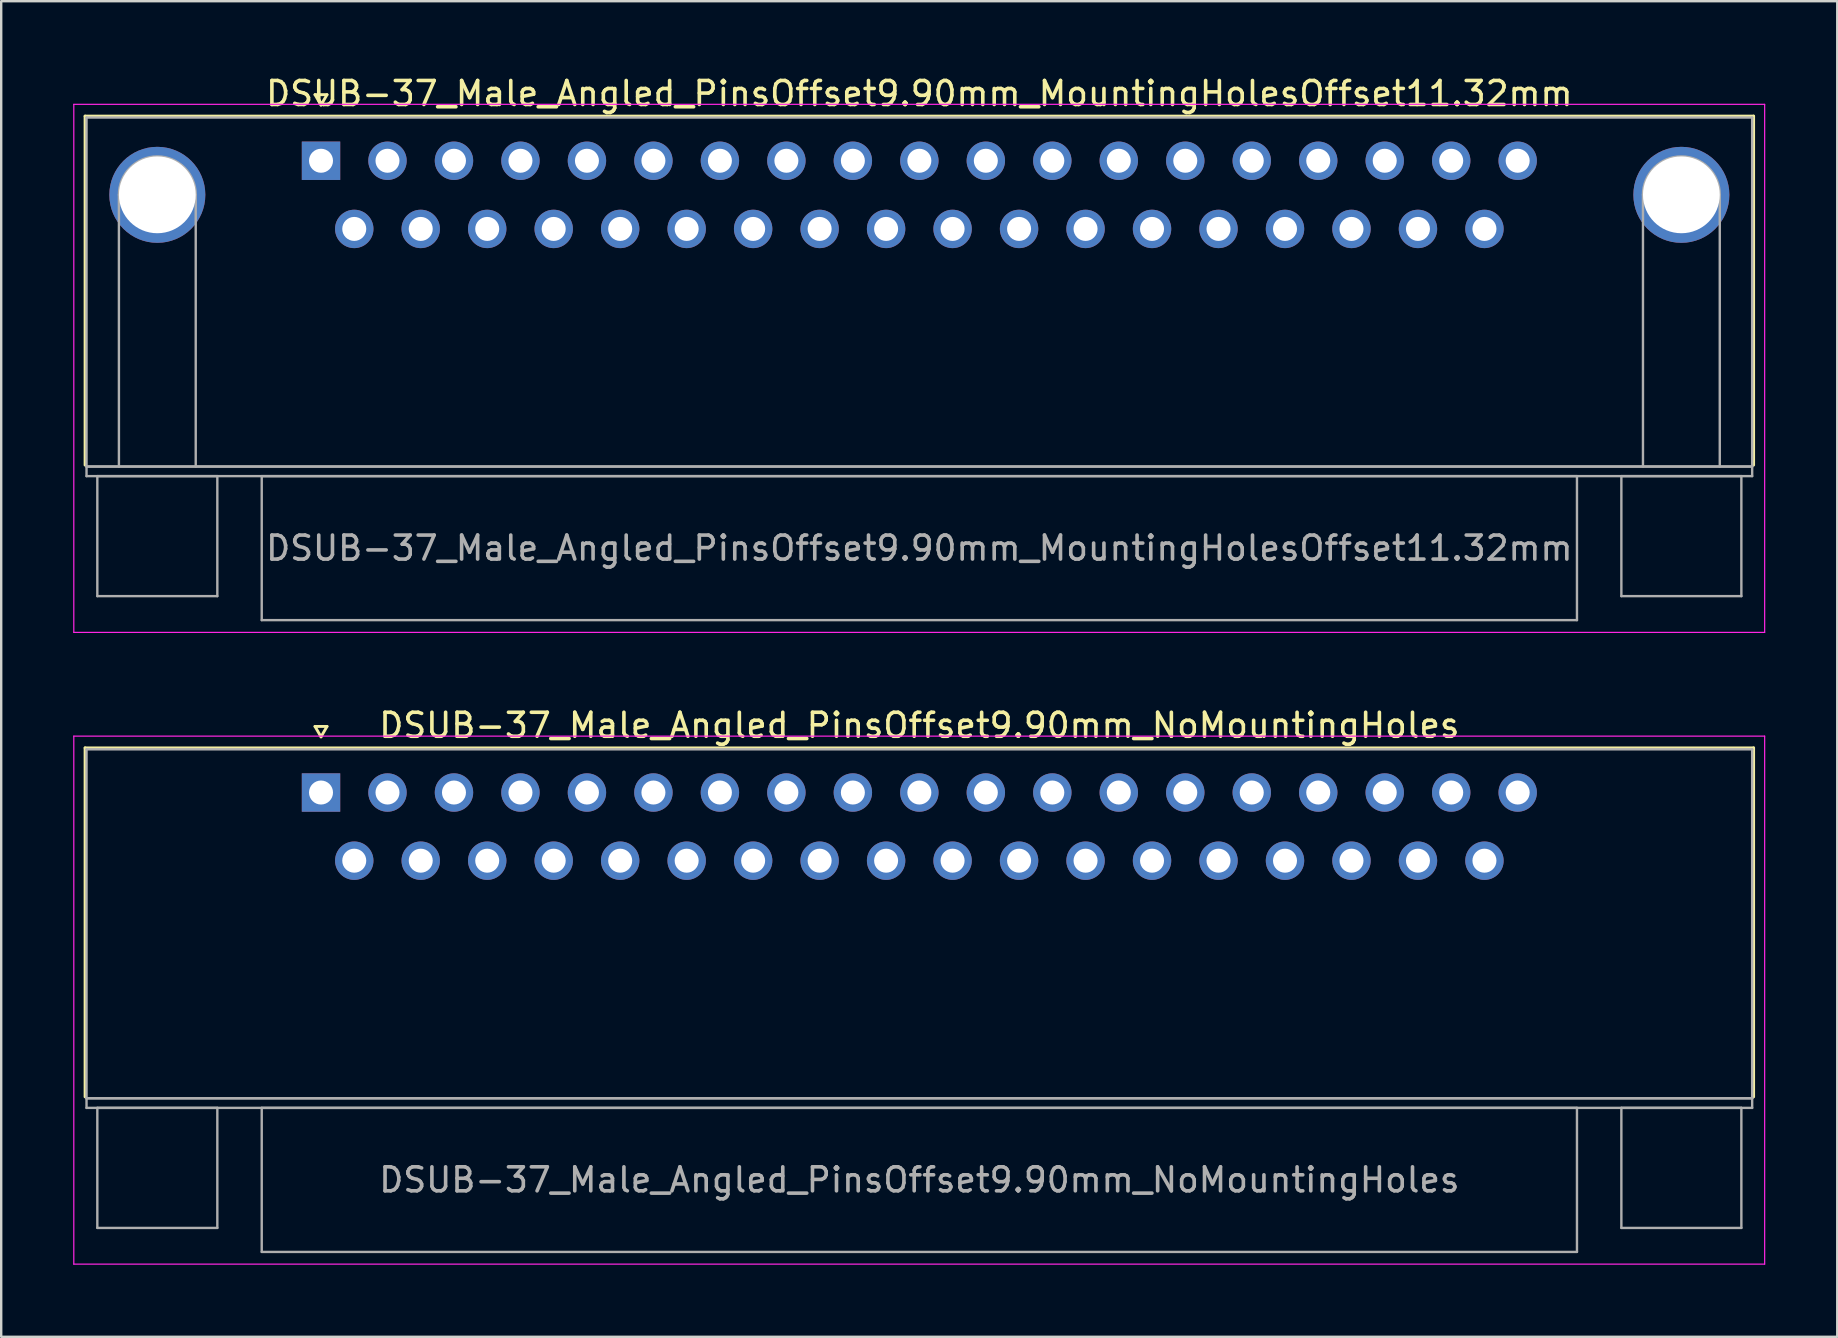
<source format=kicad_pcb>
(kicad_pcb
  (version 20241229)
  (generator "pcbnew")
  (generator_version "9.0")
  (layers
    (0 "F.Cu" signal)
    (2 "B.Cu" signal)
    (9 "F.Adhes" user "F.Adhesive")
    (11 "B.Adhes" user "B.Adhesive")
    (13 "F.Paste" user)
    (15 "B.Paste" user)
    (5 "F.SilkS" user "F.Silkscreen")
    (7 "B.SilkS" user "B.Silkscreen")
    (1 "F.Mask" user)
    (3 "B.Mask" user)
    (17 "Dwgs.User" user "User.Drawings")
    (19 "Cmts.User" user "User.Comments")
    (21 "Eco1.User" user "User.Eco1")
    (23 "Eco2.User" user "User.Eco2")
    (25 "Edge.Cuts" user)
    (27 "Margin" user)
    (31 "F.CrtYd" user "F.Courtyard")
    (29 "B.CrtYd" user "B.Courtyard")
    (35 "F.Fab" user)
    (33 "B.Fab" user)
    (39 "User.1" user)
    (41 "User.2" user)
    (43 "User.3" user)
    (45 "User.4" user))
  (footprint "DSUB-37_Male_Angled_PinsOffset9.90mm_NoMountingHoles"
    (layer "F.Cu")
    (at 10.325 29.971)
    (property "Reference" "DSUB-37_Male_Angled_PinsOffset9.90mm_NoMountingHoles" (at 24.93 -2.8 0) (layer "F.SilkS") (effects (font (size 1 1) (thickness 0.15))))
    (attr through_hole)
    (fp_line (start -9.83 -1.86) (end 59.69 -1.86) (stroke (width 0.12) (type solid)) (layer "F.SilkS"))
    (fp_line (start -9.83 12.68) (end -9.83 -1.86) (stroke (width 0.12) (type solid)) (layer "F.SilkS"))
    (fp_line (start -0.25 -2.754) (end 0.25 -2.754) (stroke (width 0.12) (type solid)) (layer "F.SilkS"))
    (fp_line (start 0 -2.321) (end -0.25 -2.754) (stroke (width 0.12) (type solid)) (layer "F.SilkS"))
    (fp_line (start 0.25 -2.754) (end 0 -2.321) (stroke (width 0.12) (type solid)) (layer "F.SilkS"))
    (fp_line (start 59.69 -1.86) (end 59.69 12.68) (stroke (width 0.12) (type solid)) (layer "F.SilkS"))
    (fp_line (start -10.3 -2.35) (end -10.3 19.65) (stroke (width 0.05) (type solid)) (layer "F.CrtYd"))
    (fp_line (start -10.3 19.65) (end 60.15 19.65) (stroke (width 0.05) (type solid)) (layer "F.CrtYd"))
    (fp_line (start 60.15 -2.35) (end -10.3 -2.35) (stroke (width 0.05) (type solid)) (layer "F.CrtYd"))
    (fp_line (start 60.15 19.65) (end 60.15 -2.35) (stroke (width 0.05) (type solid)) (layer "F.CrtYd"))
    (fp_line (start -9.77 -1.8) (end -9.77 12.74) (stroke (width 0.1) (type solid)) (layer "F.Fab"))
    (fp_line (start -9.77 12.74) (end -9.77 13.14) (stroke (width 0.1) (type solid)) (layer "F.Fab"))
    (fp_line (start -9.77 12.74) (end 59.63 12.74) (stroke (width 0.1) (type solid)) (layer "F.Fab"))
    (fp_line (start -9.77 13.14) (end 59.63 13.14) (stroke (width 0.1) (type solid)) (layer "F.Fab"))
    (fp_line (start -9.32 13.14) (end -9.32 18.14) (stroke (width 0.1) (type solid)) (layer "F.Fab"))
    (fp_line (start -9.32 18.14) (end -4.32 18.14) (stroke (width 0.1) (type solid)) (layer "F.Fab"))
    (fp_line (start -4.32 13.14) (end -9.32 13.14) (stroke (width 0.1) (type solid)) (layer "F.Fab"))
    (fp_line (start -4.32 18.14) (end -4.32 13.14) (stroke (width 0.1) (type solid)) (layer "F.Fab"))
    (fp_line (start -2.47 13.14) (end -2.47 19.14) (stroke (width 0.1) (type solid)) (layer "F.Fab"))
    (fp_line (start -2.47 19.14) (end 52.33 19.14) (stroke (width 0.1) (type solid)) (layer "F.Fab"))
    (fp_line (start 52.33 13.14) (end -2.47 13.14) (stroke (width 0.1) (type solid)) (layer "F.Fab"))
    (fp_line (start 52.33 19.14) (end 52.33 13.14) (stroke (width 0.1) (type solid)) (layer "F.Fab"))
    (fp_line (start 54.18 13.14) (end 54.18 18.14) (stroke (width 0.1) (type solid)) (layer "F.Fab"))
    (fp_line (start 54.18 18.14) (end 59.18 18.14) (stroke (width 0.1) (type solid)) (layer "F.Fab"))
    (fp_line (start 59.18 13.14) (end 54.18 13.14) (stroke (width 0.1) (type solid)) (layer "F.Fab"))
    (fp_line (start 59.18 18.14) (end 59.18 13.14) (stroke (width 0.1) (type solid)) (layer "F.Fab"))
    (fp_line (start 59.63 -1.8) (end -9.77 -1.8) (stroke (width 0.1) (type solid)) (layer "F.Fab"))
    (fp_line (start 59.63 12.74) (end -9.77 12.74) (stroke (width 0.1) (type solid)) (layer "F.Fab"))
    (fp_line (start 59.63 12.74) (end 59.63 -1.8) (stroke (width 0.1) (type solid)) (layer "F.Fab"))
    (fp_line (start 59.63 13.14) (end 59.63 12.74) (stroke (width 0.1) (type solid)) (layer "F.Fab"))
    (fp_text user "${REFERENCE}" (at 24.93 16.14 0) (layer "F.Fab") (effects (font (size 1 1) (thickness 0.15))))
    (pad "1" thru_hole rect (at 0 0) (size 1.6 1.6) (drill 1) (layers "*.Cu" "*.Mask"))
    (pad "2" thru_hole circle (at 2.77 0) (size 1.6 1.6) (drill 1) (layers "*.Cu" "*.Mask"))
    (pad "3" thru_hole circle (at 5.54 0) (size 1.6 1.6) (drill 1) (layers "*.Cu" "*.Mask"))
    (pad "4" thru_hole circle (at 8.31 0) (size 1.6 1.6) (drill 1) (layers "*.Cu" "*.Mask"))
    (pad "5" thru_hole circle (at 11.08 0) (size 1.6 1.6) (drill 1) (layers "*.Cu" "*.Mask"))
    (pad "6" thru_hole circle (at 13.85 0) (size 1.6 1.6) (drill 1) (layers "*.Cu" "*.Mask"))
    (pad "7" thru_hole circle (at 16.62 0) (size 1.6 1.6) (drill 1) (layers "*.Cu" "*.Mask"))
    (pad "8" thru_hole circle (at 19.39 0) (size 1.6 1.6) (drill 1) (layers "*.Cu" "*.Mask"))
    (pad "9" thru_hole circle (at 22.16 0) (size 1.6 1.6) (drill 1) (layers "*.Cu" "*.Mask"))
    (pad "10" thru_hole circle (at 24.93 0) (size 1.6 1.6) (drill 1) (layers "*.Cu" "*.Mask"))
    (pad "11" thru_hole circle (at 27.7 0) (size 1.6 1.6) (drill 1) (layers "*.Cu" "*.Mask"))
    (pad "12" thru_hole circle (at 30.47 0) (size 1.6 1.6) (drill 1) (layers "*.Cu" "*.Mask"))
    (pad "13" thru_hole circle (at 33.24 0) (size 1.6 1.6) (drill 1) (layers "*.Cu" "*.Mask"))
    (pad "14" thru_hole circle (at 36.01 0) (size 1.6 1.6) (drill 1) (layers "*.Cu" "*.Mask"))
    (pad "15" thru_hole circle (at 38.78 0) (size 1.6 1.6) (drill 1) (layers "*.Cu" "*.Mask"))
    (pad "16" thru_hole circle (at 41.55 0) (size 1.6 1.6) (drill 1) (layers "*.Cu" "*.Mask"))
    (pad "17" thru_hole circle (at 44.32 0) (size 1.6 1.6) (drill 1) (layers "*.Cu" "*.Mask"))
    (pad "18" thru_hole circle (at 47.09 0) (size 1.6 1.6) (drill 1) (layers "*.Cu" "*.Mask"))
    (pad "19" thru_hole circle (at 49.86 0) (size 1.6 1.6) (drill 1) (layers "*.Cu" "*.Mask"))
    (pad "20" thru_hole circle (at 1.385 2.84) (size 1.6 1.6) (drill 1) (layers "*.Cu" "*.Mask"))
    (pad "21" thru_hole circle (at 4.155 2.84) (size 1.6 1.6) (drill 1) (layers "*.Cu" "*.Mask"))
    (pad "22" thru_hole circle (at 6.925 2.84) (size 1.6 1.6) (drill 1) (layers "*.Cu" "*.Mask"))
    (pad "23" thru_hole circle (at 9.695 2.84) (size 1.6 1.6) (drill 1) (layers "*.Cu" "*.Mask"))
    (pad "24" thru_hole circle (at 12.465 2.84) (size 1.6 1.6) (drill 1) (layers "*.Cu" "*.Mask"))
    (pad "25" thru_hole circle (at 15.235 2.84) (size 1.6 1.6) (drill 1) (layers "*.Cu" "*.Mask"))
    (pad "26" thru_hole circle (at 18.005 2.84) (size 1.6 1.6) (drill 1) (layers "*.Cu" "*.Mask"))
    (pad "27" thru_hole circle (at 20.775 2.84) (size 1.6 1.6) (drill 1) (layers "*.Cu" "*.Mask"))
    (pad "28" thru_hole circle (at 23.545 2.84) (size 1.6 1.6) (drill 1) (layers "*.Cu" "*.Mask"))
    (pad "29" thru_hole circle (at 26.315 2.84) (size 1.6 1.6) (drill 1) (layers "*.Cu" "*.Mask"))
    (pad "30" thru_hole circle (at 29.085 2.84) (size 1.6 1.6) (drill 1) (layers "*.Cu" "*.Mask"))
    (pad "31" thru_hole circle (at 31.855 2.84) (size 1.6 1.6) (drill 1) (layers "*.Cu" "*.Mask"))
    (pad "32" thru_hole circle (at 34.625 2.84) (size 1.6 1.6) (drill 1) (layers "*.Cu" "*.Mask"))
    (pad "33" thru_hole circle (at 37.395 2.84) (size 1.6 1.6) (drill 1) (layers "*.Cu" "*.Mask"))
    (pad "34" thru_hole circle (at 40.165 2.84) (size 1.6 1.6) (drill 1) (layers "*.Cu" "*.Mask"))
    (pad "35" thru_hole circle (at 42.935 2.84) (size 1.6 1.6) (drill 1) (layers "*.Cu" "*.Mask"))
    (pad "36" thru_hole circle (at 45.705 2.84) (size 1.6 1.6) (drill 1) (layers "*.Cu" "*.Mask"))
    (pad "37" thru_hole circle (at 48.475 2.84) (size 1.6 1.6) (drill 1) (layers "*.Cu" "*.Mask")))
  (footprint "DSUB-37_Male_Angled_PinsOffset9.90mm_MountingHolesOffset11.32mm"
    (layer "F.Cu")
    (at 10.325 3.648)
    (property "Reference" "DSUB-37_Male_Angled_PinsOffset9.90mm_MountingHolesOffset11.32mm" (at 24.93 -2.8 0) (layer "F.SilkS") (effects (font (size 1 1) (thickness 0.15))))
    (attr through_hole)
    (fp_line (start -9.83 -1.86) (end 59.69 -1.86) (stroke (width 0.12) (type solid)) (layer "F.SilkS"))
    (fp_line (start -9.83 12.68) (end -9.83 -1.86) (stroke (width 0.12) (type solid)) (layer "F.SilkS"))
    (fp_line (start -0.25 -2.754) (end 0.25 -2.754) (stroke (width 0.12) (type solid)) (layer "F.SilkS"))
    (fp_line (start 0 -2.321) (end -0.25 -2.754) (stroke (width 0.12) (type solid)) (layer "F.SilkS"))
    (fp_line (start 0.25 -2.754) (end 0 -2.321) (stroke (width 0.12) (type solid)) (layer "F.SilkS"))
    (fp_line (start 59.69 -1.86) (end 59.69 12.68) (stroke (width 0.12) (type solid)) (layer "F.SilkS"))
    (fp_line (start -10.3 -2.35) (end -10.3 19.65) (stroke (width 0.05) (type solid)) (layer "F.CrtYd"))
    (fp_line (start -10.3 19.65) (end 60.15 19.65) (stroke (width 0.05) (type solid)) (layer "F.CrtYd"))
    (fp_line (start 60.15 -2.35) (end -10.3 -2.35) (stroke (width 0.05) (type solid)) (layer "F.CrtYd"))
    (fp_line (start 60.15 19.65) (end 60.15 -2.35) (stroke (width 0.05) (type solid)) (layer "F.CrtYd"))
    (fp_line (start -9.77 -1.8) (end -9.77 12.74) (stroke (width 0.1) (type solid)) (layer "F.Fab"))
    (fp_line (start -9.77 12.74) (end -9.77 13.14) (stroke (width 0.1) (type solid)) (layer "F.Fab"))
    (fp_line (start -9.77 12.74) (end 59.63 12.74) (stroke (width 0.1) (type solid)) (layer "F.Fab"))
    (fp_line (start -9.77 13.14) (end 59.63 13.14) (stroke (width 0.1) (type solid)) (layer "F.Fab"))
    (fp_line (start -9.32 13.14) (end -9.32 18.14) (stroke (width 0.1) (type solid)) (layer "F.Fab"))
    (fp_line (start -9.32 18.14) (end -4.32 18.14) (stroke (width 0.1) (type solid)) (layer "F.Fab"))
    (fp_line (start -8.42 12.74) (end -8.42 1.42) (stroke (width 0.1) (type solid)) (layer "F.Fab"))
    (fp_line (start -5.22 12.74) (end -5.22 1.42) (stroke (width 0.1) (type solid)) (layer "F.Fab"))
    (fp_line (start -4.32 13.14) (end -9.32 13.14) (stroke (width 0.1) (type solid)) (layer "F.Fab"))
    (fp_line (start -4.32 18.14) (end -4.32 13.14) (stroke (width 0.1) (type solid)) (layer "F.Fab"))
    (fp_line (start -2.47 13.14) (end -2.47 19.14) (stroke (width 0.1) (type solid)) (layer "F.Fab"))
    (fp_line (start -2.47 19.14) (end 52.33 19.14) (stroke (width 0.1) (type solid)) (layer "F.Fab"))
    (fp_line (start 52.33 13.14) (end -2.47 13.14) (stroke (width 0.1) (type solid)) (layer "F.Fab"))
    (fp_line (start 52.33 19.14) (end 52.33 13.14) (stroke (width 0.1) (type solid)) (layer "F.Fab"))
    (fp_line (start 54.18 13.14) (end 54.18 18.14) (stroke (width 0.1) (type solid)) (layer "F.Fab"))
    (fp_line (start 54.18 18.14) (end 59.18 18.14) (stroke (width 0.1) (type solid)) (layer "F.Fab"))
    (fp_line (start 55.08 12.74) (end 55.08 1.42) (stroke (width 0.1) (type solid)) (layer "F.Fab"))
    (fp_line (start 58.28 12.74) (end 58.28 1.42) (stroke (width 0.1) (type solid)) (layer "F.Fab"))
    (fp_line (start 59.18 13.14) (end 54.18 13.14) (stroke (width 0.1) (type solid)) (layer "F.Fab"))
    (fp_line (start 59.18 18.14) (end 59.18 13.14) (stroke (width 0.1) (type solid)) (layer "F.Fab"))
    (fp_line (start 59.63 -1.8) (end -9.77 -1.8) (stroke (width 0.1) (type solid)) (layer "F.Fab"))
    (fp_line (start 59.63 12.74) (end -9.77 12.74) (stroke (width 0.1) (type solid)) (layer "F.Fab"))
    (fp_line (start 59.63 12.74) (end 59.63 -1.8) (stroke (width 0.1) (type solid)) (layer "F.Fab"))
    (fp_line (start 59.63 13.14) (end 59.63 12.74) (stroke (width 0.1) (type solid)) (layer "F.Fab"))
    (fp_arc (start -8.42 1.42) (mid -6.82 -0.18) (end -5.22 1.42) (stroke (width 0.1) (type solid)) (layer "F.Fab"))
    (fp_arc (start 55.08 1.42) (mid 56.68 -0.18) (end 58.28 1.42) (stroke (width 0.1) (type solid)) (layer "F.Fab"))
    (fp_text user "${REFERENCE}" (at 24.93 16.14 0) (layer "F.Fab") (effects (font (size 1 1) (thickness 0.15))))
    (pad "0" thru_hole circle (at -6.82 1.42) (size 4 4) (drill 3.2) (layers "*.Cu" "*.Mask"))
    (pad "0" thru_hole circle (at 56.68 1.42) (size 4 4) (drill 3.2) (layers "*.Cu" "*.Mask"))
    (pad "1" thru_hole rect (at 0 0) (size 1.6 1.6) (drill 1) (layers "*.Cu" "*.Mask"))
    (pad "2" thru_hole circle (at 2.77 0) (size 1.6 1.6) (drill 1) (layers "*.Cu" "*.Mask"))
    (pad "3" thru_hole circle (at 5.54 0) (size 1.6 1.6) (drill 1) (layers "*.Cu" "*.Mask"))
    (pad "4" thru_hole circle (at 8.31 0) (size 1.6 1.6) (drill 1) (layers "*.Cu" "*.Mask"))
    (pad "5" thru_hole circle (at 11.08 0) (size 1.6 1.6) (drill 1) (layers "*.Cu" "*.Mask"))
    (pad "6" thru_hole circle (at 13.85 0) (size 1.6 1.6) (drill 1) (layers "*.Cu" "*.Mask"))
    (pad "7" thru_hole circle (at 16.62 0) (size 1.6 1.6) (drill 1) (layers "*.Cu" "*.Mask"))
    (pad "8" thru_hole circle (at 19.39 0) (size 1.6 1.6) (drill 1) (layers "*.Cu" "*.Mask"))
    (pad "9" thru_hole circle (at 22.16 0) (size 1.6 1.6) (drill 1) (layers "*.Cu" "*.Mask"))
    (pad "10" thru_hole circle (at 24.93 0) (size 1.6 1.6) (drill 1) (layers "*.Cu" "*.Mask"))
    (pad "11" thru_hole circle (at 27.7 0) (size 1.6 1.6) (drill 1) (layers "*.Cu" "*.Mask"))
    (pad "12" thru_hole circle (at 30.47 0) (size 1.6 1.6) (drill 1) (layers "*.Cu" "*.Mask"))
    (pad "13" thru_hole circle (at 33.24 0) (size 1.6 1.6) (drill 1) (layers "*.Cu" "*.Mask"))
    (pad "14" thru_hole circle (at 36.01 0) (size 1.6 1.6) (drill 1) (layers "*.Cu" "*.Mask"))
    (pad "15" thru_hole circle (at 38.78 0) (size 1.6 1.6) (drill 1) (layers "*.Cu" "*.Mask"))
    (pad "16" thru_hole circle (at 41.55 0) (size 1.6 1.6) (drill 1) (layers "*.Cu" "*.Mask"))
    (pad "17" thru_hole circle (at 44.32 0) (size 1.6 1.6) (drill 1) (layers "*.Cu" "*.Mask"))
    (pad "18" thru_hole circle (at 47.09 0) (size 1.6 1.6) (drill 1) (layers "*.Cu" "*.Mask"))
    (pad "19" thru_hole circle (at 49.86 0) (size 1.6 1.6) (drill 1) (layers "*.Cu" "*.Mask"))
    (pad "20" thru_hole circle (at 1.385 2.84) (size 1.6 1.6) (drill 1) (layers "*.Cu" "*.Mask"))
    (pad "21" thru_hole circle (at 4.155 2.84) (size 1.6 1.6) (drill 1) (layers "*.Cu" "*.Mask"))
    (pad "22" thru_hole circle (at 6.925 2.84) (size 1.6 1.6) (drill 1) (layers "*.Cu" "*.Mask"))
    (pad "23" thru_hole circle (at 9.695 2.84) (size 1.6 1.6) (drill 1) (layers "*.Cu" "*.Mask"))
    (pad "24" thru_hole circle (at 12.465 2.84) (size 1.6 1.6) (drill 1) (layers "*.Cu" "*.Mask"))
    (pad "25" thru_hole circle (at 15.235 2.84) (size 1.6 1.6) (drill 1) (layers "*.Cu" "*.Mask"))
    (pad "26" thru_hole circle (at 18.005 2.84) (size 1.6 1.6) (drill 1) (layers "*.Cu" "*.Mask"))
    (pad "27" thru_hole circle (at 20.775 2.84) (size 1.6 1.6) (drill 1) (layers "*.Cu" "*.Mask"))
    (pad "28" thru_hole circle (at 23.545 2.84) (size 1.6 1.6) (drill 1) (layers "*.Cu" "*.Mask"))
    (pad "29" thru_hole circle (at 26.315 2.84) (size 1.6 1.6) (drill 1) (layers "*.Cu" "*.Mask"))
    (pad "30" thru_hole circle (at 29.085 2.84) (size 1.6 1.6) (drill 1) (layers "*.Cu" "*.Mask"))
    (pad "31" thru_hole circle (at 31.855 2.84) (size 1.6 1.6) (drill 1) (layers "*.Cu" "*.Mask"))
    (pad "32" thru_hole circle (at 34.625 2.84) (size 1.6 1.6) (drill 1) (layers "*.Cu" "*.Mask"))
    (pad "33" thru_hole circle (at 37.395 2.84) (size 1.6 1.6) (drill 1) (layers "*.Cu" "*.Mask"))
    (pad "34" thru_hole circle (at 40.165 2.84) (size 1.6 1.6) (drill 1) (layers "*.Cu" "*.Mask"))
    (pad "35" thru_hole circle (at 42.935 2.84) (size 1.6 1.6) (drill 1) (layers "*.Cu" "*.Mask"))
    (pad "36" thru_hole circle (at 45.705 2.84) (size 1.6 1.6) (drill 1) (layers "*.Cu" "*.Mask"))
    (pad "37" thru_hole circle (at 48.475 2.84) (size 1.6 1.6) (drill 1) (layers "*.Cu" "*.Mask")))
  (gr_rect
    (start -3 -3)
    (end 73.5 52.647)
    (stroke (width 0.1) (type default))
    (fill no)
    (layer "Edge.Cuts")))
</source>
